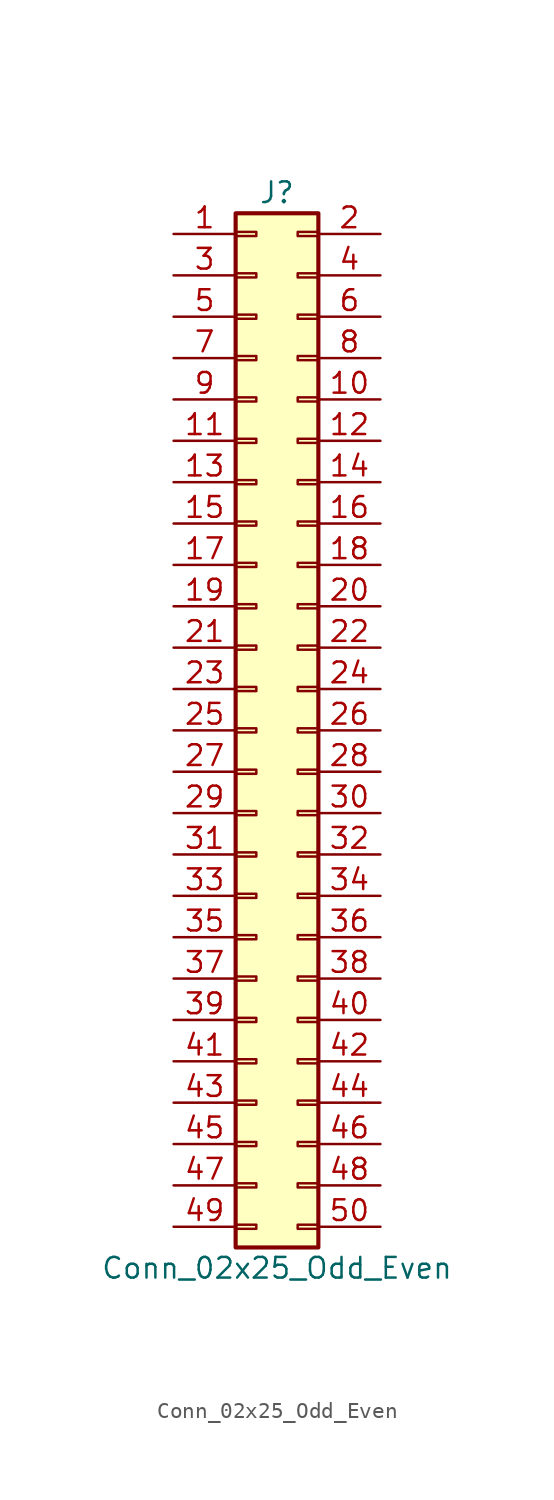
<source format=kicad_sym>
(kicad_symbol_lib
  (version 20201005)
  (generator kicad_symbol_editor)
  (symbol "Conn_02x25_Odd_Even"
    (pin_names
      (offset 1.016) hide)
    (property "Reference" "J"
      (at 1.27 33.02 0)
      (effects (font (size 1.27 1.27))))
    (property "Value" "Conn_02x25_Odd_Even"
      (at 1.27 -33.02 0)
      (effects (font (size 1.27 1.27))))
    (symbol "Conn_02x25_Odd_Even_1_1"
      (rectangle (start -1.27 -30.353) (end 0 -30.607) (stroke (width 0.152)) (fill (type none)))
      (rectangle (start -1.27 -27.813) (end 0 -28.067) (stroke (width 0.152)) (fill (type none)))
      (rectangle (start -1.27 -25.273) (end 0 -25.527) (stroke (width 0.152)) (fill (type none)))
      (rectangle (start -1.27 -22.733) (end 0 -22.987) (stroke (width 0.152)) (fill (type none)))
      (rectangle (start -1.27 -20.193) (end 0 -20.447) (stroke (width 0.152)) (fill (type none)))
      (rectangle (start -1.27 -17.653) (end 0 -17.907) (stroke (width 0.152)) (fill (type none)))
      (rectangle (start -1.27 -15.113) (end 0 -15.367) (stroke (width 0.152)) (fill (type none)))
      (rectangle (start -1.27 -12.573) (end 0 -12.827) (stroke (width 0.152)) (fill (type none)))
      (rectangle (start -1.27 -10.033) (end 0 -10.287) (stroke (width 0.152)) (fill (type none)))
      (rectangle (start -1.27 -7.493) (end 0 -7.747) (stroke (width 0.152)) (fill (type none)))
      (rectangle (start -1.27 -4.953) (end 0 -5.207) (stroke (width 0.152)) (fill (type none)))
      (rectangle (start -1.27 -2.413) (end 0 -2.667) (stroke (width 0.152)) (fill (type none)))
      (rectangle (start -1.27 0.127) (end 0 -0.127) (stroke (width 0.152)) (fill (type none)))
      (rectangle (start -1.27 2.667) (end 0 2.413) (stroke (width 0.152)) (fill (type none)))
      (rectangle (start -1.27 5.207) (end 0 4.953) (stroke (width 0.152)) (fill (type none)))
      (rectangle (start -1.27 7.747) (end 0 7.493) (stroke (width 0.152)) (fill (type none)))
      (rectangle (start -1.27 10.287) (end 0 10.033) (stroke (width 0.152)) (fill (type none)))
      (rectangle (start -1.27 12.827) (end 0 12.573) (stroke (width 0.152)) (fill (type none)))
      (rectangle (start -1.27 15.367) (end 0 15.113) (stroke (width 0.152)) (fill (type none)))
      (rectangle (start -1.27 17.907) (end 0 17.653) (stroke (width 0.152)) (fill (type none)))
      (rectangle (start -1.27 20.447) (end 0 20.193) (stroke (width 0.152)) (fill (type none)))
      (rectangle (start -1.27 22.987) (end 0 22.733) (stroke (width 0.152)) (fill (type none)))
      (rectangle (start -1.27 25.527) (end 0 25.273) (stroke (width 0.152)) (fill (type none)))
      (rectangle (start -1.27 28.067) (end 0 27.813) (stroke (width 0.152)) (fill (type none)))
      (rectangle (start -1.27 30.607) (end 0 30.353) (stroke (width 0.152)) (fill (type none)))
      (rectangle (start 3.81 -30.353) (end 2.54 -30.607) (stroke (width 0.152)) (fill (type none)))
      (rectangle (start 3.81 -27.813) (end 2.54 -28.067) (stroke (width 0.152)) (fill (type none)))
      (rectangle (start 3.81 -25.273) (end 2.54 -25.527) (stroke (width 0.152)) (fill (type none)))
      (rectangle (start 3.81 -22.733) (end 2.54 -22.987) (stroke (width 0.152)) (fill (type none)))
      (rectangle (start 3.81 -20.193) (end 2.54 -20.447) (stroke (width 0.152)) (fill (type none)))
      (rectangle (start 3.81 -17.653) (end 2.54 -17.907) (stroke (width 0.152)) (fill (type none)))
      (rectangle (start 3.81 -15.113) (end 2.54 -15.367) (stroke (width 0.152)) (fill (type none)))
      (rectangle (start 3.81 -12.573) (end 2.54 -12.827) (stroke (width 0.152)) (fill (type none)))
      (rectangle (start 3.81 -10.033) (end 2.54 -10.287) (stroke (width 0.152)) (fill (type none)))
      (rectangle (start 3.81 -7.493) (end 2.54 -7.747) (stroke (width 0.152)) (fill (type none)))
      (rectangle (start 3.81 -4.953) (end 2.54 -5.207) (stroke (width 0.152)) (fill (type none)))
      (rectangle (start 3.81 -2.413) (end 2.54 -2.667) (stroke (width 0.152)) (fill (type none)))
      (rectangle (start 3.81 0.127) (end 2.54 -0.127) (stroke (width 0.152)) (fill (type none)))
      (rectangle (start 3.81 2.667) (end 2.54 2.413) (stroke (width 0.152)) (fill (type none)))
      (rectangle (start 3.81 5.207) (end 2.54 4.953) (stroke (width 0.152)) (fill (type none)))
      (rectangle (start 3.81 7.747) (end 2.54 7.493) (stroke (width 0.152)) (fill (type none)))
      (rectangle (start 3.81 10.287) (end 2.54 10.033) (stroke (width 0.152)) (fill (type none)))
      (rectangle (start 3.81 12.827) (end 2.54 12.573) (stroke (width 0.152)) (fill (type none)))
      (rectangle (start 3.81 15.367) (end 2.54 15.113) (stroke (width 0.152)) (fill (type none)))
      (rectangle (start 3.81 17.907) (end 2.54 17.653) (stroke (width 0.152)) (fill (type none)))
      (rectangle (start 3.81 20.447) (end 2.54 20.193) (stroke (width 0.152)) (fill (type none)))
      (rectangle (start 3.81 22.987) (end 2.54 22.733) (stroke (width 0.152)) (fill (type none)))
      (rectangle (start 3.81 25.527) (end 2.54 25.273) (stroke (width 0.152)) (fill (type none)))
      (rectangle (start 3.81 28.067) (end 2.54 27.813) (stroke (width 0.152)) (fill (type none)))
      (rectangle (start 3.81 30.607) (end 2.54 30.353) (stroke (width 0.152)) (fill (type none)))
      (rectangle (start -1.27 31.75) (end 3.81 -31.75) (stroke (width 0.254)) (fill (type background)))
      (pin passive line (at -5.08 30.48 0) (length 3.81) (name "Pin_1" (effects (font (size 1.27 1.27)))) (number "1" (effects (font (size 1.27 1.27)))))
      (pin passive line (at 7.62 20.32 180) (length 3.81) (name "Pin_10" (effects (font (size 1.27 1.27)))) (number "10" (effects (font (size 1.27 1.27)))))
      (pin passive line (at -5.08 17.78 0) (length 3.81) (name "Pin_11" (effects (font (size 1.27 1.27)))) (number "11" (effects (font (size 1.27 1.27)))))
      (pin passive line (at 7.62 17.78 180) (length 3.81) (name "Pin_12" (effects (font (size 1.27 1.27)))) (number "12" (effects (font (size 1.27 1.27)))))
      (pin passive line (at -5.08 15.24 0) (length 3.81) (name "Pin_13" (effects (font (size 1.27 1.27)))) (number "13" (effects (font (size 1.27 1.27)))))
      (pin passive line (at 7.62 15.24 180) (length 3.81) (name "Pin_14" (effects (font (size 1.27 1.27)))) (number "14" (effects (font (size 1.27 1.27)))))
      (pin passive line (at -5.08 12.7 0) (length 3.81) (name "Pin_15" (effects (font (size 1.27 1.27)))) (number "15" (effects (font (size 1.27 1.27)))))
      (pin passive line (at 7.62 12.7 180) (length 3.81) (name "Pin_16" (effects (font (size 1.27 1.27)))) (number "16" (effects (font (size 1.27 1.27)))))
      (pin passive line (at -5.08 10.16 0) (length 3.81) (name "Pin_17" (effects (font (size 1.27 1.27)))) (number "17" (effects (font (size 1.27 1.27)))))
      (pin passive line (at 7.62 10.16 180) (length 3.81) (name "Pin_18" (effects (font (size 1.27 1.27)))) (number "18" (effects (font (size 1.27 1.27)))))
      (pin passive line (at -5.08 7.62 0) (length 3.81) (name "Pin_19" (effects (font (size 1.27 1.27)))) (number "19" (effects (font (size 1.27 1.27)))))
      (pin passive line (at 7.62 30.48 180) (length 3.81) (name "Pin_2" (effects (font (size 1.27 1.27)))) (number "2" (effects (font (size 1.27 1.27)))))
      (pin passive line (at 7.62 7.62 180) (length 3.81) (name "Pin_20" (effects (font (size 1.27 1.27)))) (number "20" (effects (font (size 1.27 1.27)))))
      (pin passive line (at -5.08 5.08 0) (length 3.81) (name "Pin_21" (effects (font (size 1.27 1.27)))) (number "21" (effects (font (size 1.27 1.27)))))
      (pin passive line (at 7.62 5.08 180) (length 3.81) (name "Pin_22" (effects (font (size 1.27 1.27)))) (number "22" (effects (font (size 1.27 1.27)))))
      (pin passive line (at -5.08 2.54 0) (length 3.81) (name "Pin_23" (effects (font (size 1.27 1.27)))) (number "23" (effects (font (size 1.27 1.27)))))
      (pin passive line (at 7.62 2.54 180) (length 3.81) (name "Pin_24" (effects (font (size 1.27 1.27)))) (number "24" (effects (font (size 1.27 1.27)))))
      (pin passive line (at -5.08 0 0) (length 3.81) (name "Pin_25" (effects (font (size 1.27 1.27)))) (number "25" (effects (font (size 1.27 1.27)))))
      (pin passive line (at 7.62 0 180) (length 3.81) (name "Pin_26" (effects (font (size 1.27 1.27)))) (number "26" (effects (font (size 1.27 1.27)))))
      (pin passive line (at -5.08 -2.54 0) (length 3.81) (name "Pin_27" (effects (font (size 1.27 1.27)))) (number "27" (effects (font (size 1.27 1.27)))))
      (pin passive line (at 7.62 -2.54 180) (length 3.81) (name "Pin_28" (effects (font (size 1.27 1.27)))) (number "28" (effects (font (size 1.27 1.27)))))
      (pin passive line (at -5.08 -5.08 0) (length 3.81) (name "Pin_29" (effects (font (size 1.27 1.27)))) (number "29" (effects (font (size 1.27 1.27)))))
      (pin passive line (at -5.08 27.94 0) (length 3.81) (name "Pin_3" (effects (font (size 1.27 1.27)))) (number "3" (effects (font (size 1.27 1.27)))))
      (pin passive line (at 7.62 -5.08 180) (length 3.81) (name "Pin_30" (effects (font (size 1.27 1.27)))) (number "30" (effects (font (size 1.27 1.27)))))
      (pin passive line (at -5.08 -7.62 0) (length 3.81) (name "Pin_31" (effects (font (size 1.27 1.27)))) (number "31" (effects (font (size 1.27 1.27)))))
      (pin passive line (at 7.62 -7.62 180) (length 3.81) (name "Pin_32" (effects (font (size 1.27 1.27)))) (number "32" (effects (font (size 1.27 1.27)))))
      (pin passive line (at -5.08 -10.16 0) (length 3.81) (name "Pin_33" (effects (font (size 1.27 1.27)))) (number "33" (effects (font (size 1.27 1.27)))))
      (pin passive line (at 7.62 -10.16 180) (length 3.81) (name "Pin_34" (effects (font (size 1.27 1.27)))) (number "34" (effects (font (size 1.27 1.27)))))
      (pin passive line (at -5.08 -12.7 0) (length 3.81) (name "Pin_35" (effects (font (size 1.27 1.27)))) (number "35" (effects (font (size 1.27 1.27)))))
      (pin passive line (at 7.62 -12.7 180) (length 3.81) (name "Pin_36" (effects (font (size 1.27 1.27)))) (number "36" (effects (font (size 1.27 1.27)))))
      (pin passive line (at -5.08 -15.24 0) (length 3.81) (name "Pin_37" (effects (font (size 1.27 1.27)))) (number "37" (effects (font (size 1.27 1.27)))))
      (pin passive line (at 7.62 -15.24 180) (length 3.81) (name "Pin_38" (effects (font (size 1.27 1.27)))) (number "38" (effects (font (size 1.27 1.27)))))
      (pin passive line (at -5.08 -17.78 0) (length 3.81) (name "Pin_39" (effects (font (size 1.27 1.27)))) (number "39" (effects (font (size 1.27 1.27)))))
      (pin passive line (at 7.62 27.94 180) (length 3.81) (name "Pin_4" (effects (font (size 1.27 1.27)))) (number "4" (effects (font (size 1.27 1.27)))))
      (pin passive line (at 7.62 -17.78 180) (length 3.81) (name "Pin_40" (effects (font (size 1.27 1.27)))) (number "40" (effects (font (size 1.27 1.27)))))
      (pin passive line (at -5.08 -20.32 0) (length 3.81) (name "Pin_41" (effects (font (size 1.27 1.27)))) (number "41" (effects (font (size 1.27 1.27)))))
      (pin passive line (at 7.62 -20.32 180) (length 3.81) (name "Pin_42" (effects (font (size 1.27 1.27)))) (number "42" (effects (font (size 1.27 1.27)))))
      (pin passive line (at -5.08 -22.86 0) (length 3.81) (name "Pin_43" (effects (font (size 1.27 1.27)))) (number "43" (effects (font (size 1.27 1.27)))))
      (pin passive line (at 7.62 -22.86 180) (length 3.81) (name "Pin_44" (effects (font (size 1.27 1.27)))) (number "44" (effects (font (size 1.27 1.27)))))
      (pin passive line (at -5.08 -25.4 0) (length 3.81) (name "Pin_45" (effects (font (size 1.27 1.27)))) (number "45" (effects (font (size 1.27 1.27)))))
      (pin passive line (at 7.62 -25.4 180) (length 3.81) (name "Pin_46" (effects (font (size 1.27 1.27)))) (number "46" (effects (font (size 1.27 1.27)))))
      (pin passive line (at -5.08 -27.94 0) (length 3.81) (name "Pin_47" (effects (font (size 1.27 1.27)))) (number "47" (effects (font (size 1.27 1.27)))))
      (pin passive line (at 7.62 -27.94 180) (length 3.81) (name "Pin_48" (effects (font (size 1.27 1.27)))) (number "48" (effects (font (size 1.27 1.27)))))
      (pin passive line (at -5.08 -30.48 0) (length 3.81) (name "Pin_49" (effects (font (size 1.27 1.27)))) (number "49" (effects (font (size 1.27 1.27)))))
      (pin passive line (at -5.08 25.4 0) (length 3.81) (name "Pin_5" (effects (font (size 1.27 1.27)))) (number "5" (effects (font (size 1.27 1.27)))))
      (pin passive line (at 7.62 -30.48 180) (length 3.81) (name "Pin_50" (effects (font (size 1.27 1.27)))) (number "50" (effects (font (size 1.27 1.27)))))
      (pin passive line (at 7.62 25.4 180) (length 3.81) (name "Pin_6" (effects (font (size 1.27 1.27)))) (number "6" (effects (font (size 1.27 1.27)))))
      (pin passive line (at -5.08 22.86 0) (length 3.81) (name "Pin_7" (effects (font (size 1.27 1.27)))) (number "7" (effects (font (size 1.27 1.27)))))
      (pin passive line (at 7.62 22.86 180) (length 3.81) (name "Pin_8" (effects (font (size 1.27 1.27)))) (number "8" (effects (font (size 1.27 1.27)))))
      (pin passive line (at -5.08 20.32 0) (length 3.81) (name "Pin_9" (effects (font (size 1.27 1.27)))) (number "9" (effects (font (size 1.27 1.27))))))))
</source>
